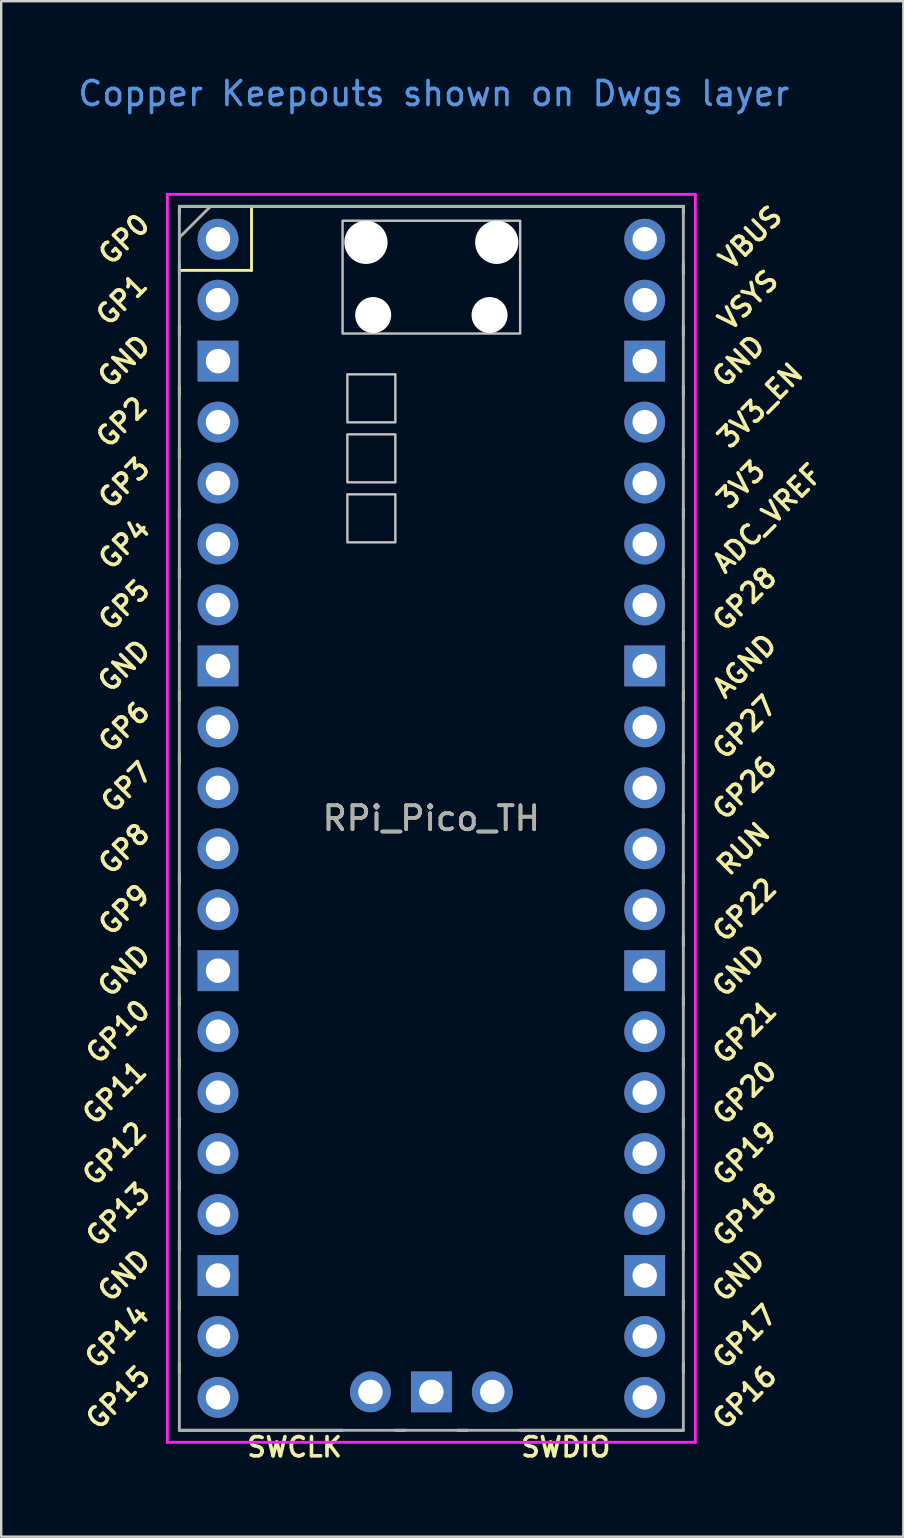
<source format=kicad_pcb>
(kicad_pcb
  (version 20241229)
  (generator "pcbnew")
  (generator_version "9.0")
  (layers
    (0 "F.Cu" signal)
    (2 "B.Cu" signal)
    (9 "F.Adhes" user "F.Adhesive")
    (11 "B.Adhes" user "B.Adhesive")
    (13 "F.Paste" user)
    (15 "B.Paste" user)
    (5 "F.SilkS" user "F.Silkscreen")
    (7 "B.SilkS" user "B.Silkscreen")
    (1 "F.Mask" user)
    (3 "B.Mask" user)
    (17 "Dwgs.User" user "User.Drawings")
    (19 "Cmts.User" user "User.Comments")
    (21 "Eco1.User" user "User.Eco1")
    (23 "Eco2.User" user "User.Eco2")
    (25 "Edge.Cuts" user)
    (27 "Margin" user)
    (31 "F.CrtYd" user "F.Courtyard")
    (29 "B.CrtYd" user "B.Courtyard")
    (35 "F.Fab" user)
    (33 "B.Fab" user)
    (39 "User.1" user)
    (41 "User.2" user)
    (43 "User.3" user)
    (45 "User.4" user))
  (footprint "RPi_Pico_TH"
    (layer "F.Cu")
    (at 14.924 31.048)
    (property "Reference" "RPi_Pico_TH" (at 0 0 0) (layer "F.SilkS") (effects (font (size 1 1) (thickness 0.15))))
    (attr through_hole)
    (fp_line (start -10.5 -25.5) (end -10.5 -25.2) (stroke (width 0.12) (type solid)) (layer "F.SilkS"))
    (fp_line (start -10.5 -25.5) (end 10.5 -25.5) (stroke (width 0.12) (type solid)) (layer "F.SilkS"))
    (fp_line (start -10.5 -23.1) (end -10.5 -22.7) (stroke (width 0.12) (type solid)) (layer "F.SilkS"))
    (fp_line (start -10.5 -22.833) (end -7.493 -22.833) (stroke (width 0.12) (type solid)) (layer "F.SilkS"))
    (fp_line (start -10.5 -20.5) (end -10.5 -20.1) (stroke (width 0.12) (type solid)) (layer "F.SilkS"))
    (fp_line (start -10.5 -18) (end -10.5 -17.6) (stroke (width 0.12) (type solid)) (layer "F.SilkS"))
    (fp_line (start -10.5 -15.4) (end -10.5 -15) (stroke (width 0.12) (type solid)) (layer "F.SilkS"))
    (fp_line (start -10.5 -12.9) (end -10.5 -12.5) (stroke (width 0.12) (type solid)) (layer "F.SilkS"))
    (fp_line (start -10.5 -10.4) (end -10.5 -10) (stroke (width 0.12) (type solid)) (layer "F.SilkS"))
    (fp_line (start -10.5 -7.8) (end -10.5 -7.4) (stroke (width 0.12) (type solid)) (layer "F.SilkS"))
    (fp_line (start -10.5 -5.3) (end -10.5 -4.9) (stroke (width 0.12) (type solid)) (layer "F.SilkS"))
    (fp_line (start -10.5 -2.7) (end -10.5 -2.3) (stroke (width 0.12) (type solid)) (layer "F.SilkS"))
    (fp_line (start -10.5 2.3) (end -10.5 2.7) (stroke (width 0.12) (type solid)) (layer "F.SilkS"))
    (fp_line (start -10.5 4.9) (end -10.5 5.3) (stroke (width 0.12) (type solid)) (layer "F.SilkS"))
    (fp_line (start -10.5 7.4) (end -10.5 7.8) (stroke (width 0.12) (type solid)) (layer "F.SilkS"))
    (fp_line (start -10.5 10) (end -10.5 10.4) (stroke (width 0.12) (type solid)) (layer "F.SilkS"))
    (fp_line (start -10.5 12.5) (end -10.5 12.9) (stroke (width 0.12) (type solid)) (layer "F.SilkS"))
    (fp_line (start -10.5 15.1) (end -10.5 15.5) (stroke (width 0.12) (type solid)) (layer "F.SilkS"))
    (fp_line (start -10.5 17.6) (end -10.5 18) (stroke (width 0.12) (type solid)) (layer "F.SilkS"))
    (fp_line (start -10.5 20.1) (end -10.5 20.5) (stroke (width 0.12) (type solid)) (layer "F.SilkS"))
    (fp_line (start -10.5 22.7) (end -10.5 23.1) (stroke (width 0.12) (type solid)) (layer "F.SilkS"))
    (fp_line (start -7.493 -22.833) (end -7.493 -25.5) (stroke (width 0.12) (type solid)) (layer "F.SilkS"))
    (fp_line (start -3.7 25.5) (end -10.5 25.5) (stroke (width 0.12) (type solid)) (layer "F.SilkS"))
    (fp_line (start -1.5 25.5) (end -1.1 25.5) (stroke (width 0.12) (type solid)) (layer "F.SilkS"))
    (fp_line (start 1.1 25.5) (end 1.5 25.5) (stroke (width 0.12) (type solid)) (layer "F.SilkS"))
    (fp_line (start 10.5 -25.5) (end 10.5 -25.2) (stroke (width 0.12) (type solid)) (layer "F.SilkS"))
    (fp_line (start 10.5 -23.1) (end 10.5 -22.7) (stroke (width 0.12) (type solid)) (layer "F.SilkS"))
    (fp_line (start 10.5 -20.5) (end 10.5 -20.1) (stroke (width 0.12) (type solid)) (layer "F.SilkS"))
    (fp_line (start 10.5 -18) (end 10.5 -17.6) (stroke (width 0.12) (type solid)) (layer "F.SilkS"))
    (fp_line (start 10.5 -15.4) (end 10.5 -15) (stroke (width 0.12) (type solid)) (layer "F.SilkS"))
    (fp_line (start 10.5 -12.9) (end 10.5 -12.5) (stroke (width 0.12) (type solid)) (layer "F.SilkS"))
    (fp_line (start 10.5 -10.4) (end 10.5 -10) (stroke (width 0.12) (type solid)) (layer "F.SilkS"))
    (fp_line (start 10.5 -7.8) (end 10.5 -7.4) (stroke (width 0.12) (type solid)) (layer "F.SilkS"))
    (fp_line (start 10.5 -5.3) (end 10.5 -4.9) (stroke (width 0.12) (type solid)) (layer "F.SilkS"))
    (fp_line (start 10.5 -2.7) (end 10.5 -2.3) (stroke (width 0.12) (type solid)) (layer "F.SilkS"))
    (fp_line (start 10.5 -0.2) (end 10.5 0.2) (stroke (width 0.12) (type solid)) (layer "F.SilkS"))
    (fp_line (start 10.5 2.3) (end 10.5 2.7) (stroke (width 0.12) (type solid)) (layer "F.SilkS"))
    (fp_line (start 10.5 4.9) (end 10.5 5.3) (stroke (width 0.12) (type solid)) (layer "F.SilkS"))
    (fp_line (start 10.5 7.4) (end 10.5 7.8) (stroke (width 0.12) (type solid)) (layer "F.SilkS"))
    (fp_line (start 10.5 10) (end 10.5 10.4) (stroke (width 0.12) (type solid)) (layer "F.SilkS"))
    (fp_line (start 10.5 12.5) (end 10.5 12.9) (stroke (width 0.12) (type solid)) (layer "F.SilkS"))
    (fp_line (start 10.5 15.1) (end 10.5 15.5) (stroke (width 0.12) (type solid)) (layer "F.SilkS"))
    (fp_line (start 10.5 17.6) (end 10.5 18) (stroke (width 0.12) (type solid)) (layer "F.SilkS"))
    (fp_line (start 10.5 20.1) (end 10.5 20.5) (stroke (width 0.12) (type solid)) (layer "F.SilkS"))
    (fp_line (start 10.5 22.7) (end 10.5 23.1) (stroke (width 0.12) (type solid)) (layer "F.SilkS"))
    (fp_line (start 10.5 25.5) (end 3.7 25.5) (stroke (width 0.12) (type solid)) (layer "F.SilkS"))
    (fp_poly (pts (xy -1.5 -16.5) (xy -3.5 -16.5) (xy -3.5 -18.5) (xy -1.5 -18.5)) (stroke (width 0.1) (type solid)) (fill no) (layer "Dwgs.User"))
    (fp_poly (pts (xy -1.5 -14) (xy -3.5 -14) (xy -3.5 -16) (xy -1.5 -16)) (stroke (width 0.1) (type solid)) (fill no) (layer "Dwgs.User"))
    (fp_poly (pts (xy -1.5 -11.5) (xy -3.5 -11.5) (xy -3.5 -13.5) (xy -1.5 -13.5)) (stroke (width 0.1) (type solid)) (fill no) (layer "Dwgs.User"))
    (fp_poly (pts (xy 3.7 -20.2) (xy -3.7 -20.2) (xy -3.7 -24.9) (xy 3.7 -24.9)) (stroke (width 0.1) (type solid)) (fill no) (layer "Dwgs.User"))
    (fp_line (start -11 -26) (end 11 -26) (stroke (width 0.12) (type solid)) (layer "F.CrtYd"))
    (fp_line (start -11 26) (end -11 -26) (stroke (width 0.12) (type solid)) (layer "F.CrtYd"))
    (fp_line (start 11 -26) (end 11 26) (stroke (width 0.12) (type solid)) (layer "F.CrtYd"))
    (fp_line (start 11 26) (end -11 26) (stroke (width 0.12) (type solid)) (layer "F.CrtYd"))
    (fp_line (start -10.5 -25.5) (end 10.5 -25.5) (stroke (width 0.12) (type solid)) (layer "F.Fab"))
    (fp_line (start -10.5 -24.2) (end -9.2 -25.5) (stroke (width 0.12) (type solid)) (layer "F.Fab"))
    (fp_line (start -10.5 25.5) (end -10.5 -25.5) (stroke (width 0.12) (type solid)) (layer "F.Fab"))
    (fp_line (start 10.5 -25.5) (end 10.5 25.5) (stroke (width 0.12) (type solid)) (layer "F.Fab"))
    (fp_line (start 10.5 25.5) (end -10.5 25.5) (stroke (width 0.12) (type solid)) (layer "F.Fab"))
    (fp_text user "GND" (at 12.8 -19.05 45) (layer "F.SilkS") (effects (font (size 0.8 0.8) (thickness 0.15))))
    (fp_text user "GP16" (at 13.054 24.13 45) (layer "F.SilkS") (effects (font (size 0.8 0.8) (thickness 0.15))))
    (fp_text user "GP21" (at 13.054 8.9 45) (layer "F.SilkS") (effects (font (size 0.8 0.8) (thickness 0.15))))
    (fp_text user "GP18" (at 13.054 16.51 45) (layer "F.SilkS") (effects (font (size 0.8 0.8) (thickness 0.15))))
    (fp_text user "GP13" (at -13.054 16.51 45) (layer "F.SilkS") (effects (font (size 0.8 0.8) (thickness 0.15))))
    (fp_text user "VBUS" (at 13.3 -24.2 45) (layer "F.SilkS") (effects (font (size 0.8 0.8) (thickness 0.15))))
    (fp_text user "GP8" (at -12.8 1.27 45) (layer "F.SilkS") (effects (font (size 0.8 0.8) (thickness 0.15))))
    (fp_text user "GND" (at -12.8 -19.05 45) (layer "F.SilkS") (effects (font (size 0.8 0.8) (thickness 0.15))))
    (fp_text user "GP20" (at 13.054 11.43 45) (layer "F.SilkS") (effects (font (size 0.8 0.8) (thickness 0.15))))
    (fp_text user "GP28" (at 13.054 -9.144 45) (layer "F.SilkS") (effects (font (size 0.8 0.8) (thickness 0.15))))
    (fp_text user "GND" (at 12.8 6.35 45) (layer "F.SilkS") (effects (font (size 0.8 0.8) (thickness 0.15))))
    (fp_text user "GP15" (at -13.054 24.13 45) (layer "F.SilkS") (effects (font (size 0.8 0.8) (thickness 0.15))))
    (fp_text user "GP17" (at 13.054 21.59 45) (layer "F.SilkS") (effects (font (size 0.8 0.8) (thickness 0.15))))
    (fp_text user "GP5" (at -12.8 -8.89 45) (layer "F.SilkS") (effects (font (size 0.8 0.8) (thickness 0.15))))
    (fp_text user "SWCLK" (at -5.7 26.2 0) (layer "F.SilkS") (effects (font (size 0.8 0.8) (thickness 0.15))))
    (fp_text user "3V3" (at 12.9 -13.9 45) (layer "F.SilkS") (effects (font (size 0.8 0.8) (thickness 0.15))))
    (fp_text user "GP10" (at -13.054 8.89 45) (layer "F.SilkS") (effects (font (size 0.8 0.8) (thickness 0.15))))
    (fp_text user "GP12" (at -13.2 13.97 45) (layer "F.SilkS") (effects (font (size 0.8 0.8) (thickness 0.15))))
    (fp_text user "GP19" (at 13.054 13.97 45) (layer "F.SilkS") (effects (font (size 0.8 0.8) (thickness 0.15))))
    (fp_text user "GP9" (at -12.8 3.81 45) (layer "F.SilkS") (effects (font (size 0.8 0.8) (thickness 0.15))))
    (fp_text user "GP2" (at -12.9 -16.51 45) (layer "F.SilkS") (effects (font (size 0.8 0.8) (thickness 0.15))))
    (fp_text user "GP14" (at -13.1 21.59 45) (layer "F.SilkS") (effects (font (size 0.8 0.8) (thickness 0.15))))
    (fp_text user "3V3_EN" (at 13.7 -17.2 45) (layer "F.SilkS") (effects (font (size 0.8 0.8) (thickness 0.15))))
    (fp_text user "GP22" (at 13.054 3.81 45) (layer "F.SilkS") (effects (font (size 0.8 0.8) (thickness 0.15))))
    (fp_text user "GP3" (at -12.8 -13.97 45) (layer "F.SilkS") (effects (font (size 0.8 0.8) (thickness 0.15))))
    (fp_text user "GP6" (at -12.8 -3.81 45) (layer "F.SilkS") (effects (font (size 0.8 0.8) (thickness 0.15))))
    (fp_text user "GND" (at -12.8 6.35 45) (layer "F.SilkS") (effects (font (size 0.8 0.8) (thickness 0.15))))
    (fp_text user "GP4" (at -12.8 -11.43 45) (layer "F.SilkS") (effects (font (size 0.8 0.8) (thickness 0.15))))
    (fp_text user "GP27" (at 13.054 -3.8 45) (layer "F.SilkS") (effects (font (size 0.8 0.8) (thickness 0.15))))
    (fp_text user "GP7" (at -12.7 -1.3 45) (layer "F.SilkS") (effects (font (size 0.8 0.8) (thickness 0.15))))
    (fp_text user "SWDIO" (at 5.6 26.2 0) (layer "F.SilkS") (effects (font (size 0.8 0.8) (thickness 0.15))))
    (fp_text user "GND" (at -12.8 -6.35 45) (layer "F.SilkS") (effects (font (size 0.8 0.8) (thickness 0.15))))
    (fp_text user "GP0" (at -12.8 -24.13 45) (layer "F.SilkS") (effects (font (size 0.8 0.8) (thickness 0.15))))
    (fp_text user "VSYS" (at 13.2 -21.59 45) (layer "F.SilkS") (effects (font (size 0.8 0.8) (thickness 0.15))))
    (fp_text user "GP11" (at -13.2 11.43 45) (layer "F.SilkS") (effects (font (size 0.8 0.8) (thickness 0.15))))
    (fp_text user "AGND" (at 13.054 -6.35 45) (layer "F.SilkS") (effects (font (size 0.8 0.8) (thickness 0.15))))
    (fp_text user "GND" (at -12.8 19.05 45) (layer "F.SilkS") (effects (font (size 0.8 0.8) (thickness 0.15))))
    (fp_text user "RUN" (at 13 1.27 45) (layer "F.SilkS") (effects (font (size 0.8 0.8) (thickness 0.15))))
    (fp_text user "GP1" (at -12.9 -21.6 45) (layer "F.SilkS") (effects (font (size 0.8 0.8) (thickness 0.15))))
    (fp_text user "ADC_VREF" (at 14 -12.5 45) (layer "F.SilkS") (effects (font (size 0.8 0.8) (thickness 0.15))))
    (fp_text user "GP26" (at 13.054 -1.27 45) (layer "F.SilkS") (effects (font (size 0.8 0.8) (thickness 0.15))))
    (fp_text user "GND" (at 12.8 19.05 45) (layer "F.SilkS") (effects (font (size 0.8 0.8) (thickness 0.15))))
    (fp_text user "Copper Keepouts shown on Dwgs layer" (at 0.1 -30.2 0) (layer "Cmts.User") (effects (font (size 1 1) (thickness 0.15))))
    (fp_text user "${REFERENCE}" (at 0 0 180) (layer "F.Fab") (effects (font (size 1 1) (thickness 0.15))))
    (pad "" np_thru_hole oval (at -2.725 -24) (size 1.8 1.8) (drill 1.8) (layers "*.Cu" "*.Mask"))
    (pad "" np_thru_hole oval (at -2.425 -20.97) (size 1.5 1.5) (drill 1.5) (layers "*.Cu" "*.Mask"))
    (pad "" np_thru_hole oval (at 2.425 -20.97) (size 1.5 1.5) (drill 1.5) (layers "*.Cu" "*.Mask"))
    (pad "" np_thru_hole oval (at 2.725 -24) (size 1.8 1.8) (drill 1.8) (layers "*.Cu" "*.Mask"))
    (pad "1" thru_hole oval (at -8.89 -24.13) (size 1.7 1.7) (drill 1.02) (layers "*.Cu" "*.Mask"))
    (pad "2" thru_hole oval (at -8.89 -21.59) (size 1.7 1.7) (drill 1.02) (layers "*.Cu" "*.Mask"))
    (pad "3" thru_hole rect (at -8.89 -19.05) (size 1.7 1.7) (drill 1.02) (layers "*.Cu" "*.Mask"))
    (pad "4" thru_hole oval (at -8.89 -16.51) (size 1.7 1.7) (drill 1.02) (layers "*.Cu" "*.Mask"))
    (pad "5" thru_hole oval (at -8.89 -13.97) (size 1.7 1.7) (drill 1.02) (layers "*.Cu" "*.Mask"))
    (pad "6" thru_hole oval (at -8.89 -11.43) (size 1.7 1.7) (drill 1.02) (layers "*.Cu" "*.Mask"))
    (pad "7" thru_hole oval (at -8.89 -8.89) (size 1.7 1.7) (drill 1.02) (layers "*.Cu" "*.Mask"))
    (pad "8" thru_hole rect (at -8.89 -6.35) (size 1.7 1.7) (drill 1.02) (layers "*.Cu" "*.Mask"))
    (pad "9" thru_hole oval (at -8.89 -3.81) (size 1.7 1.7) (drill 1.02) (layers "*.Cu" "*.Mask"))
    (pad "10" thru_hole oval (at -8.89 -1.27) (size 1.7 1.7) (drill 1.02) (layers "*.Cu" "*.Mask"))
    (pad "11" thru_hole oval (at -8.89 1.27) (size 1.7 1.7) (drill 1.02) (layers "*.Cu" "*.Mask"))
    (pad "12" thru_hole oval (at -8.89 3.81) (size 1.7 1.7) (drill 1.02) (layers "*.Cu" "*.Mask"))
    (pad "13" thru_hole rect (at -8.89 6.35) (size 1.7 1.7) (drill 1.02) (layers "*.Cu" "*.Mask"))
    (pad "14" thru_hole oval (at -8.89 8.89) (size 1.7 1.7) (drill 1.02) (layers "*.Cu" "*.Mask"))
    (pad "15" thru_hole oval (at -8.89 11.43) (size 1.7 1.7) (drill 1.02) (layers "*.Cu" "*.Mask"))
    (pad "16" thru_hole oval (at -8.89 13.97) (size 1.7 1.7) (drill 1.02) (layers "*.Cu" "*.Mask"))
    (pad "17" thru_hole oval (at -8.89 16.51) (size 1.7 1.7) (drill 1.02) (layers "*.Cu" "*.Mask"))
    (pad "18" thru_hole rect (at -8.89 19.05) (size 1.7 1.7) (drill 1.02) (layers "*.Cu" "*.Mask"))
    (pad "19" thru_hole oval (at -8.89 21.59) (size 1.7 1.7) (drill 1.02) (layers "*.Cu" "*.Mask"))
    (pad "20" thru_hole oval (at -8.89 24.13) (size 1.7 1.7) (drill 1.02) (layers "*.Cu" "*.Mask"))
    (pad "21" thru_hole oval (at 8.89 24.13) (size 1.7 1.7) (drill 1.02) (layers "*.Cu" "*.Mask"))
    (pad "22" thru_hole oval (at 8.89 21.59) (size 1.7 1.7) (drill 1.02) (layers "*.Cu" "*.Mask"))
    (pad "23" thru_hole rect (at 8.89 19.05) (size 1.7 1.7) (drill 1.02) (layers "*.Cu" "*.Mask"))
    (pad "24" thru_hole oval (at 8.89 16.51) (size 1.7 1.7) (drill 1.02) (layers "*.Cu" "*.Mask"))
    (pad "25" thru_hole oval (at 8.89 13.97) (size 1.7 1.7) (drill 1.02) (layers "*.Cu" "*.Mask"))
    (pad "26" thru_hole oval (at 8.89 11.43) (size 1.7 1.7) (drill 1.02) (layers "*.Cu" "*.Mask"))
    (pad "27" thru_hole oval (at 8.89 8.89) (size 1.7 1.7) (drill 1.02) (layers "*.Cu" "*.Mask"))
    (pad "28" thru_hole rect (at 8.89 6.35) (size 1.7 1.7) (drill 1.02) (layers "*.Cu" "*.Mask"))
    (pad "29" thru_hole oval (at 8.89 3.81) (size 1.7 1.7) (drill 1.02) (layers "*.Cu" "*.Mask"))
    (pad "30" thru_hole oval (at 8.89 1.27) (size 1.7 1.7) (drill 1.02) (layers "*.Cu" "*.Mask"))
    (pad "31" thru_hole oval (at 8.89 -1.27) (size 1.7 1.7) (drill 1.02) (layers "*.Cu" "*.Mask"))
    (pad "32" thru_hole oval (at 8.89 -3.81) (size 1.7 1.7) (drill 1.02) (layers "*.Cu" "*.Mask"))
    (pad "33" thru_hole rect (at 8.89 -6.35) (size 1.7 1.7) (drill 1.02) (layers "*.Cu" "*.Mask"))
    (pad "34" thru_hole oval (at 8.89 -8.89) (size 1.7 1.7) (drill 1.02) (layers "*.Cu" "*.Mask"))
    (pad "35" thru_hole oval (at 8.89 -11.43) (size 1.7 1.7) (drill 1.02) (layers "*.Cu" "*.Mask"))
    (pad "36" thru_hole oval (at 8.89 -13.97) (size 1.7 1.7) (drill 1.02) (layers "*.Cu" "*.Mask"))
    (pad "37" thru_hole oval (at 8.89 -16.51) (size 1.7 1.7) (drill 1.02) (layers "*.Cu" "*.Mask"))
    (pad "38" thru_hole rect (at 8.89 -19.05) (size 1.7 1.7) (drill 1.02) (layers "*.Cu" "*.Mask"))
    (pad "39" thru_hole oval (at 8.89 -21.59) (size 1.7 1.7) (drill 1.02) (layers "*.Cu" "*.Mask"))
    (pad "40" thru_hole oval (at 8.89 -24.13) (size 1.7 1.7) (drill 1.02) (layers "*.Cu" "*.Mask"))
    (pad "41" thru_hole oval (at -2.54 23.9) (size 1.7 1.7) (drill 1.02) (layers "*.Cu" "*.Mask"))
    (pad "42" thru_hole rect (at 0 23.9) (size 1.7 1.7) (drill 1.02) (layers "*.Cu" "*.Mask"))
    (pad "43" thru_hole oval (at 2.54 23.9) (size 1.7 1.7) (drill 1.02) (layers "*.Cu" "*.Mask")))
  (gr_rect
    (start -3 -3)
    (end 34.591 60.98)
    (stroke (width 0.1) (type default))
    (fill no)
    (layer "Edge.Cuts")))
</source>
